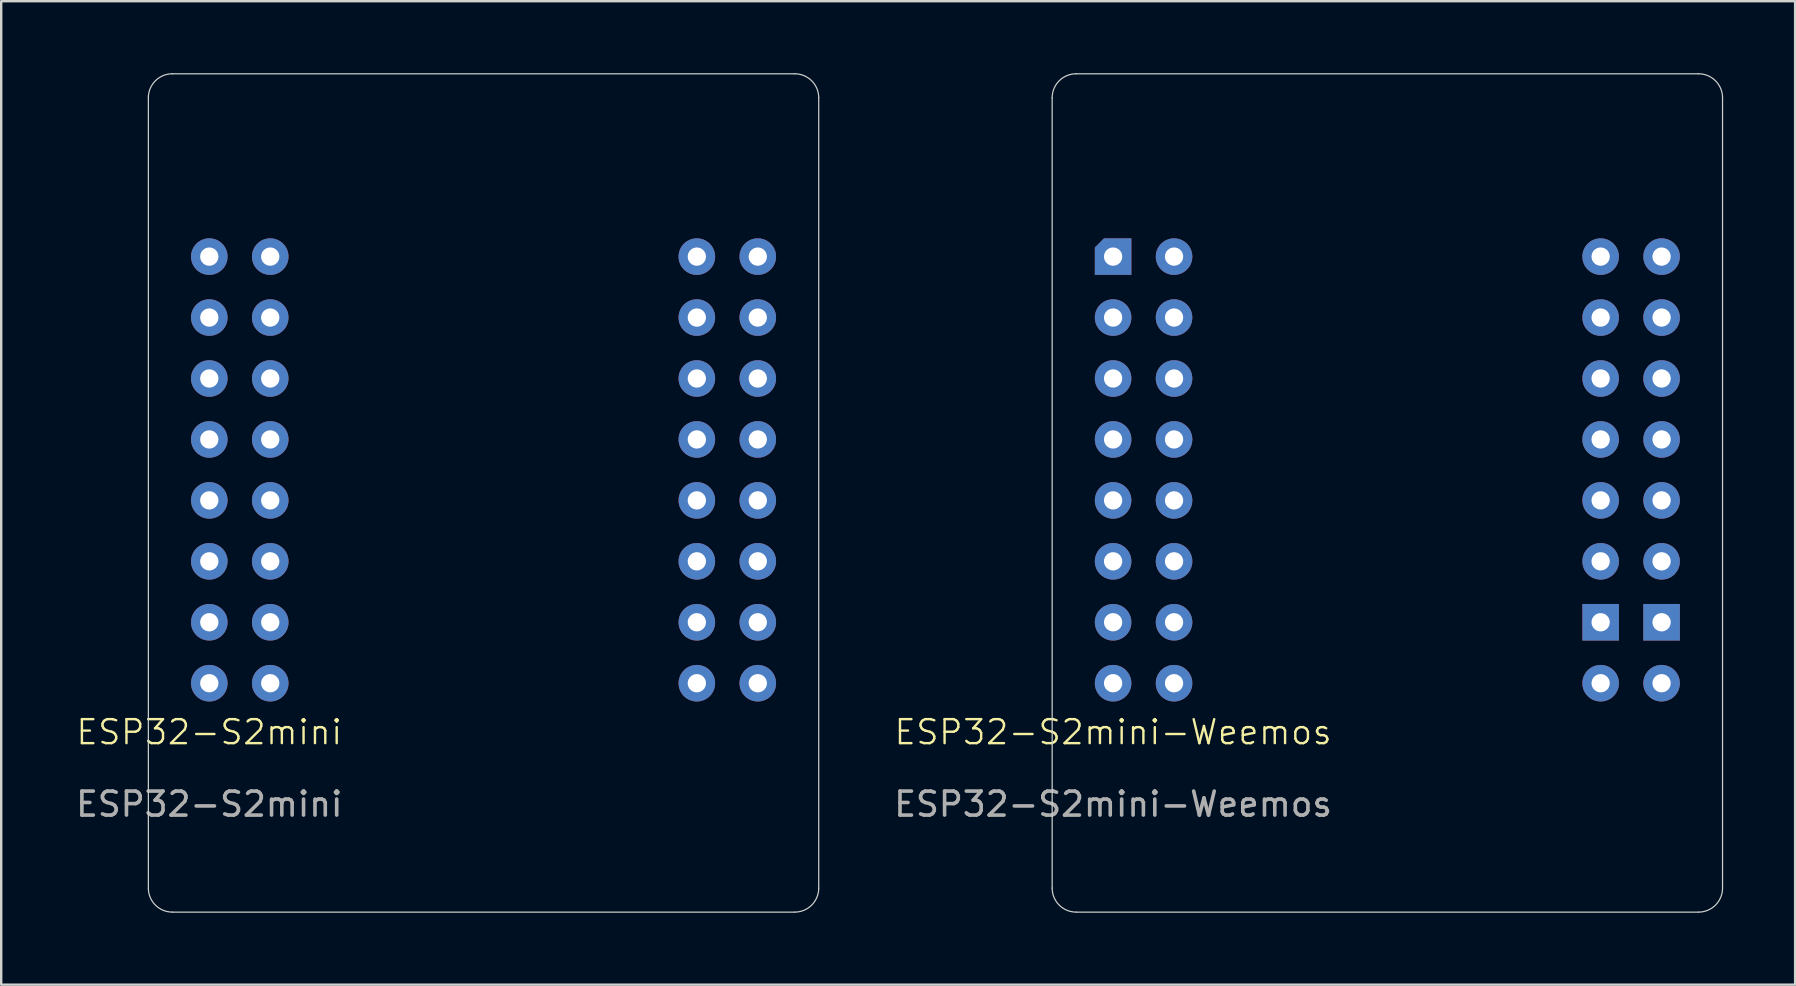
<source format=kicad_pcb>
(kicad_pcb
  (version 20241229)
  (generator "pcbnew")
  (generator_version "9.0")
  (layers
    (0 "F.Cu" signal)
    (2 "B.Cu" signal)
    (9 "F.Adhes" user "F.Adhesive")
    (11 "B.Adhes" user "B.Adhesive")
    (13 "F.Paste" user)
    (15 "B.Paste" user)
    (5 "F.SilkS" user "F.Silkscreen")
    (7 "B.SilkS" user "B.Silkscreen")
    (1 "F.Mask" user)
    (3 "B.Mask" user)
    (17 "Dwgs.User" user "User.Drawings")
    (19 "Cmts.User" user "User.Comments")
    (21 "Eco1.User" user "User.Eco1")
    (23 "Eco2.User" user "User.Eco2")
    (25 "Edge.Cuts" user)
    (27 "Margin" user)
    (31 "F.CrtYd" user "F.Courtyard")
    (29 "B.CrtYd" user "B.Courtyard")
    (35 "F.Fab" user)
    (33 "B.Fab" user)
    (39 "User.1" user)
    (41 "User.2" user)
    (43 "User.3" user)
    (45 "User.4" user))
  (footprint "ESP32-S2mini"
    (layer "F.Cu")
    (at 5.673 27.965)
    (property "Reference" "ESP32-S2mini" (at 0 -0.5 0) (unlocked yes) (layer "F.SilkS") (effects (font (size 1 1) (thickness 0.1))))
    (attr through_hole)
    (fp_line (start -2.54 6) (end -2.54 -26.94) (stroke (width 0.05) (type default)) (layer "Edge.Cuts"))
    (fp_line (start -1.54 -27.94) (end 24.4 -27.94) (stroke (width 0.05) (type default)) (layer "Edge.Cuts"))
    (fp_line (start 24.4 7) (end -1.54 7) (stroke (width 0.05) (type default)) (layer "Edge.Cuts"))
    (fp_line (start 25.4 -26.94) (end 25.4 6) (stroke (width 0.05) (type default)) (layer "Edge.Cuts"))
    (fp_arc (start -2.54 -26.94) (mid -2.247107 -27.647107) (end -1.54 -27.94) (stroke (width 0.05) (type default)) (layer "Edge.Cuts"))
    (fp_arc (start -1.54 7) (mid -2.247107 6.707107) (end -2.54 6) (stroke (width 0.05) (type default)) (layer "Edge.Cuts"))
    (fp_arc (start 24.4 -27.94) (mid 25.107107 -27.647107) (end 25.4 -26.94) (stroke (width 0.05) (type default)) (layer "Edge.Cuts"))
    (fp_arc (start 25.4 6) (mid 25.107107 6.707107) (end 24.4 7) (stroke (width 0.05) (type default)) (layer "Edge.Cuts"))
    (fp_text user "${REFERENCE}" (at 0 2.5 0) (unlocked yes) (layer "F.Fab") (effects (font (size 1 1) (thickness 0.15))))
    (pad "1" thru_hole circle (at 2.54 -20.32) (size 1.524 1.524) (drill 0.762) (layers "*.Cu" "*.Mask"))
    (pad "2" thru_hole circle (at 0 -20.32) (size 1.524 1.524) (drill 0.762) (layers "*.Cu" "*.Mask"))
    (pad "3" thru_hole circle (at 2.54 -17.78) (size 1.524 1.524) (drill 0.762) (layers "*.Cu" "*.Mask"))
    (pad "4" thru_hole circle (at 0 -17.78) (size 1.524 1.524) (drill 0.762) (layers "*.Cu" "*.Mask"))
    (pad "5" thru_hole circle (at 2.54 -15.24) (size 1.524 1.524) (drill 0.762) (layers "*.Cu" "*.Mask"))
    (pad "6" thru_hole circle (at 0 -15.24) (size 1.524 1.524) (drill 0.762) (layers "*.Cu" "*.Mask"))
    (pad "7" thru_hole circle (at 2.54 -12.7) (size 1.524 1.524) (drill 0.762) (layers "*.Cu" "*.Mask"))
    (pad "8" thru_hole circle (at 0 -12.7) (size 1.524 1.524) (drill 0.762) (layers "*.Cu" "*.Mask"))
    (pad "9" thru_hole circle (at 2.54 -10.16) (size 1.524 1.524) (drill 0.762) (layers "*.Cu" "*.Mask"))
    (pad "10" thru_hole circle (at 0 -10.16) (size 1.524 1.524) (drill 0.762) (layers "*.Cu" "*.Mask"))
    (pad "11" thru_hole circle (at 2.54 -7.62) (size 1.524 1.524) (drill 0.762) (layers "*.Cu" "*.Mask"))
    (pad "12" thru_hole circle (at 0 -7.62) (size 1.524 1.524) (drill 0.762) (layers "*.Cu" "*.Mask"))
    (pad "13" thru_hole circle (at 2.54 -5.08) (size 1.524 1.524) (drill 0.762) (layers "*.Cu" "*.Mask"))
    (pad "14" thru_hole circle (at 0 -5.08) (size 1.524 1.524) (drill 0.762) (layers "*.Cu" "*.Mask"))
    (pad "15" thru_hole circle (at 2.54 -2.54) (size 1.524 1.524) (drill 0.762) (layers "*.Cu" "*.Mask"))
    (pad "16" thru_hole circle (at 0 -2.54) (size 1.524 1.524) (drill 0.762) (layers "*.Cu" "*.Mask"))
    (pad "17" thru_hole circle (at 22.86 -20.32) (size 1.524 1.524) (drill 0.762) (layers "*.Cu" "*.Mask"))
    (pad "18" thru_hole circle (at 20.32 -20.32) (size 1.524 1.524) (drill 0.762) (layers "*.Cu" "*.Mask"))
    (pad "19" thru_hole circle (at 22.86 -17.78) (size 1.524 1.524) (drill 0.762) (layers "*.Cu" "*.Mask"))
    (pad "20" thru_hole circle (at 20.32 -17.78) (size 1.524 1.524) (drill 0.762) (layers "*.Cu" "*.Mask"))
    (pad "21" thru_hole circle (at 22.86 -15.24) (size 1.524 1.524) (drill 0.762) (layers "*.Cu" "*.Mask"))
    (pad "22" thru_hole circle (at 20.32 -15.24) (size 1.524 1.524) (drill 0.762) (layers "*.Cu" "*.Mask"))
    (pad "23" thru_hole circle (at 22.86 -12.7) (size 1.524 1.524) (drill 0.762) (layers "*.Cu" "*.Mask"))
    (pad "24" thru_hole circle (at 20.32 -12.7) (size 1.524 1.524) (drill 0.762) (layers "*.Cu" "*.Mask"))
    (pad "25" thru_hole circle (at 22.86 -10.16) (size 1.524 1.524) (drill 0.762) (layers "*.Cu" "*.Mask"))
    (pad "26" thru_hole circle (at 20.32 -10.16) (size 1.524 1.524) (drill 0.762) (layers "*.Cu" "*.Mask"))
    (pad "27" thru_hole circle (at 22.86 -7.62) (size 1.524 1.524) (drill 0.762) (layers "*.Cu" "*.Mask"))
    (pad "28" thru_hole circle (at 20.32 -7.62) (size 1.524 1.524) (drill 0.762) (layers "*.Cu" "*.Mask"))
    (pad "29" thru_hole circle (at 22.86 -5.08) (size 1.524 1.524) (drill 0.762) (layers "*.Cu" "*.Mask"))
    (pad "30" thru_hole circle (at 20.32 -5.08) (size 1.524 1.524) (drill 0.762) (layers "*.Cu" "*.Mask"))
    (pad "31" thru_hole circle (at 22.86 -2.54) (size 1.524 1.524) (drill 0.762) (layers "*.Cu" "*.Mask"))
    (pad "32" thru_hole circle (at 20.32 -2.54) (size 1.524 1.524) (drill 0.762) (layers "*.Cu" "*.Mask")))
  (footprint "ESP32-S2mini-Weemos"
    (layer "F.Cu")
    (at 43.342 27.965)
    (property "Reference" "ESP32-S2mini-Weemos" (at 0 -0.5 0) (unlocked yes) (layer "F.SilkS") (effects (font (size 1 1) (thickness 0.1))))
    (attr through_hole)
    (fp_line (start -2.54 6) (end -2.54 -26.94) (stroke (width 0.05) (type default)) (layer "Edge.Cuts"))
    (fp_line (start -1.54 -27.94) (end 24.4 -27.94) (stroke (width 0.05) (type default)) (layer "Edge.Cuts"))
    (fp_line (start 24.4 7) (end -1.54 7) (stroke (width 0.05) (type default)) (layer "Edge.Cuts"))
    (fp_line (start 25.4 -26.94) (end 25.4 6) (stroke (width 0.05) (type default)) (layer "Edge.Cuts"))
    (fp_arc (start -2.54 -26.94) (mid -2.247107 -27.647107) (end -1.54 -27.94) (stroke (width 0.05) (type default)) (layer "Edge.Cuts"))
    (fp_arc (start -1.54 7) (mid -2.247107 6.707107) (end -2.54 6) (stroke (width 0.05) (type default)) (layer "Edge.Cuts"))
    (fp_arc (start 24.4 -27.94) (mid 25.107107 -27.647107) (end 25.4 -26.94) (stroke (width 0.05) (type default)) (layer "Edge.Cuts"))
    (fp_arc (start 25.4 6) (mid 25.107107 6.707107) (end 24.4 7) (stroke (width 0.05) (type default)) (layer "Edge.Cuts"))
    (fp_text user "${REFERENCE}" (at 0 2.5 0) (unlocked yes) (layer "F.Fab") (effects (font (size 1 1) (thickness 0.15))))
    (pad "1" thru_hole circle (at 2.54 -20.32) (size 1.524 1.524) (drill 0.762) (layers "*.Cu" "*.Mask"))
    (pad "2" thru_hole roundrect (at 0 -20.32) (size 1.524 1.524) (drill 0.762) (layers "*.Cu" "*.Mask") (roundrect_rratio 0) (chamfer_ratio 0.25) (chamfer top_left))
    (pad "3" thru_hole circle (at 2.54 -17.78) (size 1.524 1.524) (drill 0.762) (layers "*.Cu" "*.Mask"))
    (pad "4" thru_hole circle (at 0 -17.78) (size 1.524 1.524) (drill 0.762) (layers "*.Cu" "*.Mask"))
    (pad "5" thru_hole circle (at 2.54 -15.24) (size 1.524 1.524) (drill 0.762) (layers "*.Cu" "*.Mask"))
    (pad "6" thru_hole circle (at 0 -15.24) (size 1.524 1.524) (drill 0.762) (layers "*.Cu" "*.Mask"))
    (pad "7" thru_hole circle (at 2.54 -12.7) (size 1.524 1.524) (drill 0.762) (layers "*.Cu" "*.Mask"))
    (pad "8" thru_hole circle (at 0 -12.7) (size 1.524 1.524) (drill 0.762) (layers "*.Cu" "*.Mask"))
    (pad "9" thru_hole circle (at 2.54 -10.16) (size 1.524 1.524) (drill 0.762) (layers "*.Cu" "*.Mask"))
    (pad "10" thru_hole circle (at 0 -10.16) (size 1.524 1.524) (drill 0.762) (layers "*.Cu" "*.Mask"))
    (pad "11" thru_hole circle (at 2.54 -7.62) (size 1.524 1.524) (drill 0.762) (layers "*.Cu" "*.Mask"))
    (pad "12" thru_hole circle (at 0 -7.62) (size 1.524 1.524) (drill 0.762) (layers "*.Cu" "*.Mask"))
    (pad "13" thru_hole circle (at 2.54 -5.08) (size 1.524 1.524) (drill 0.762) (layers "*.Cu" "*.Mask"))
    (pad "14" thru_hole circle (at 0 -5.08) (size 1.524 1.524) (drill 0.762) (layers "*.Cu" "*.Mask"))
    (pad "15" thru_hole circle (at 2.54 -2.54) (size 1.524 1.524) (drill 0.762) (layers "*.Cu" "*.Mask"))
    (pad "16" thru_hole circle (at 0 -2.54) (size 1.524 1.524) (drill 0.762) (layers "*.Cu" "*.Mask"))
    (pad "17" thru_hole circle (at 22.86 -20.32) (size 1.524 1.524) (drill 0.762) (layers "*.Cu" "*.Mask"))
    (pad "18" thru_hole circle (at 20.32 -20.32) (size 1.524 1.524) (drill 0.762) (layers "*.Cu" "*.Mask"))
    (pad "19" thru_hole circle (at 22.86 -17.78) (size 1.524 1.524) (drill 0.762) (layers "*.Cu" "*.Mask"))
    (pad "20" thru_hole circle (at 20.32 -17.78) (size 1.524 1.524) (drill 0.762) (layers "*.Cu" "*.Mask"))
    (pad "21" thru_hole circle (at 22.86 -15.24) (size 1.524 1.524) (drill 0.762) (layers "*.Cu" "*.Mask"))
    (pad "22" thru_hole circle (at 20.32 -15.24) (size 1.524 1.524) (drill 0.762) (layers "*.Cu" "*.Mask"))
    (pad "23" thru_hole circle (at 22.86 -12.7) (size 1.524 1.524) (drill 0.762) (layers "*.Cu" "*.Mask"))
    (pad "24" thru_hole circle (at 20.32 -12.7) (size 1.524 1.524) (drill 0.762) (layers "*.Cu" "*.Mask"))
    (pad "25" thru_hole circle (at 22.86 -10.16) (size 1.524 1.524) (drill 0.762) (layers "*.Cu" "*.Mask"))
    (pad "26" thru_hole circle (at 20.32 -10.16) (size 1.524 1.524) (drill 0.762) (layers "*.Cu" "*.Mask"))
    (pad "27" thru_hole circle (at 22.86 -7.62) (size 1.524 1.524) (drill 0.762) (layers "*.Cu" "*.Mask"))
    (pad "28" thru_hole circle (at 20.32 -7.62) (size 1.524 1.524) (drill 0.762) (layers "*.Cu" "*.Mask"))
    (pad "29" thru_hole rect (at 22.86 -5.08) (size 1.524 1.524) (drill 0.762) (layers "*.Cu" "*.Mask"))
    (pad "30" thru_hole rect (at 20.32 -5.08) (size 1.524 1.524) (drill 0.762) (layers "*.Cu" "*.Mask"))
    (pad "31" thru_hole circle (at 22.86 -2.54) (size 1.524 1.524) (drill 0.762) (layers "*.Cu" "*.Mask"))
    (pad "32" thru_hole circle (at 20.32 -2.54) (size 1.524 1.524) (drill 0.762) (layers "*.Cu" "*.Mask")))
  (gr_rect
    (start -3 -3)
    (end 71.767 37.99)
    (stroke (width 0.1) (type default))
    (fill no)
    (layer "Edge.Cuts")))
</source>
